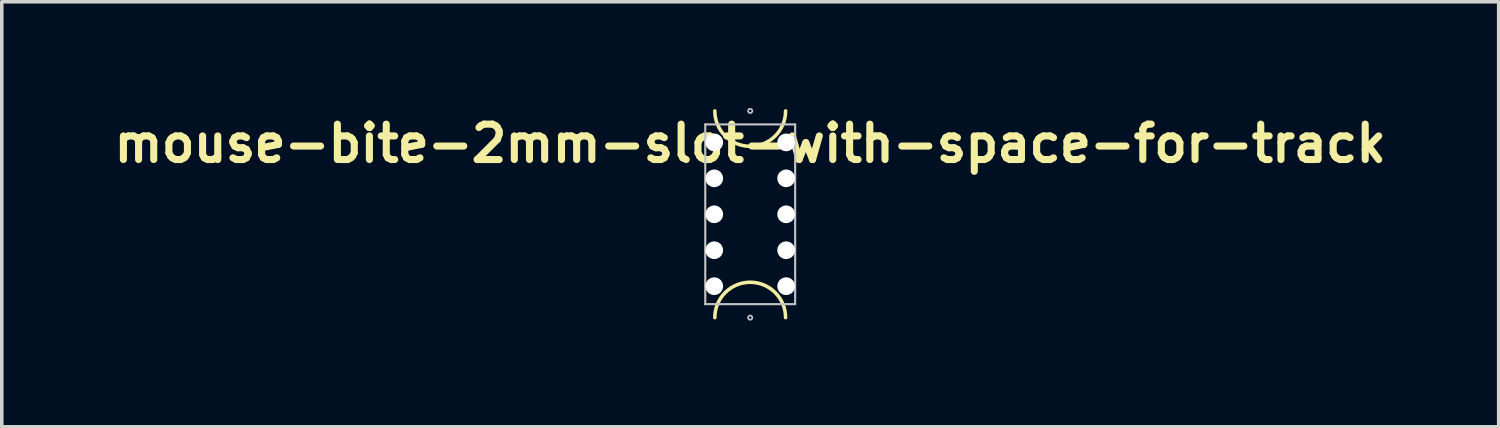
<source format=kicad_pcb>
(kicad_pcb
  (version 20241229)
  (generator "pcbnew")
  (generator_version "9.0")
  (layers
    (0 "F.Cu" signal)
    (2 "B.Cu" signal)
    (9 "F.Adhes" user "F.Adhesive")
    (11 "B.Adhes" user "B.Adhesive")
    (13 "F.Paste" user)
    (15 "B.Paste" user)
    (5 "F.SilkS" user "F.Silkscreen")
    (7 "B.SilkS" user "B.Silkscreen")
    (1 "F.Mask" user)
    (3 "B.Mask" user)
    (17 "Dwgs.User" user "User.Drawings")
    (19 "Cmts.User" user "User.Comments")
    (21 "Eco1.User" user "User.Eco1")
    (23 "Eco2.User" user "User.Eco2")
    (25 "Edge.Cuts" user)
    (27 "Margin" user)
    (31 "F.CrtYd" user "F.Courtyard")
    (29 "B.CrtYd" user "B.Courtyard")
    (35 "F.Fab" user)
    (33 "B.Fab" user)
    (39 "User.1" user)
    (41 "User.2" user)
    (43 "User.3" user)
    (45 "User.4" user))
  (footprint "mouse-bite-2mm-slot-with-space-for-track"
    (layer "F.Cu")
    (at 18.152 3.006)
    (property "Reference" "mouse-bite-2mm-slot-with-space-for-track" (at 0 -2 0) (layer "F.SilkS") (effects (font (size 1 1) (thickness 0.2))))
    (attr exclude_from_pos_files exclude_from_bom)
    (fp_arc (start -1 2.921) (mid 0 1.921) (end 1 2.921) (stroke (width 0.1) (type solid)) (layer "F.SilkS"))
    (fp_arc (start 1 -2.921) (mid 0 -1.921) (end -1 -2.921) (stroke (width 0.1) (type solid)) (layer "F.SilkS"))
    (fp_line (start -1.27 -2.54) (end 1.27 -2.54) (stroke (width 0.06) (type solid)) (layer "Dwgs.User"))
    (fp_line (start -1.27 2.54) (end -1.27 -2.54) (stroke (width 0.06) (type solid)) (layer "Dwgs.User"))
    (fp_line (start -1.27 2.54) (end 1.27 2.54) (stroke (width 0.06) (type solid)) (layer "Dwgs.User"))
    (fp_line (start 1.27 -2.54) (end 1.27 2.54) (stroke (width 0.06) (type solid)) (layer "Dwgs.User"))
    (fp_circle (center 0 -2.921) (end 0.06 -2.921) (stroke (width 0.05) (type solid)) (fill no) (layer "Dwgs.User"))
    (fp_circle (center 0 2.921) (end 0.06 2.921) (stroke (width 0.05) (type solid)) (fill no) (layer "Dwgs.User"))
    (pad "" np_thru_hole circle (at -1.016 -2.032) (size 0.5 0.5) (drill 0.5) (layers "*.Cu" "*.Mask"))
    (pad "" np_thru_hole circle (at -1.016 -1.016) (size 0.5 0.5) (drill 0.5) (layers "*.Cu" "*.Mask"))
    (pad "" np_thru_hole circle (at -1.016 0) (size 0.5 0.5) (drill 0.5) (layers "*.Cu" "*.Mask"))
    (pad "" np_thru_hole circle (at -1.016 1.016) (size 0.5 0.5) (drill 0.5) (layers "*.Cu" "*.Mask"))
    (pad "" np_thru_hole circle (at -1.016 2.032) (size 0.5 0.5) (drill 0.5) (layers "*.Cu" "*.Mask"))
    (pad "" np_thru_hole circle (at 1.016 -2.032) (size 0.5 0.5) (drill 0.5) (layers "*.Cu" "*.Mask"))
    (pad "" np_thru_hole circle (at 1.016 -1.016) (size 0.5 0.5) (drill 0.5) (layers "*.Cu" "*.Mask"))
    (pad "" np_thru_hole circle (at 1.016 0) (size 0.5 0.5) (drill 0.5) (layers "*.Cu" "*.Mask"))
    (pad "" np_thru_hole circle (at 1.016 1.016) (size 0.5 0.5) (drill 0.5) (layers "*.Cu" "*.Mask"))
    (pad "" np_thru_hole circle (at 1.016 2.032) (size 0.5 0.5) (drill 0.5) (layers "*.Cu" "*.Mask")))
  (gr_rect
    (start -3 -3)
    (end 39.305 9.012)
    (stroke (width 0.1) (type default))
    (fill no)
    (layer "Edge.Cuts")))
</source>
